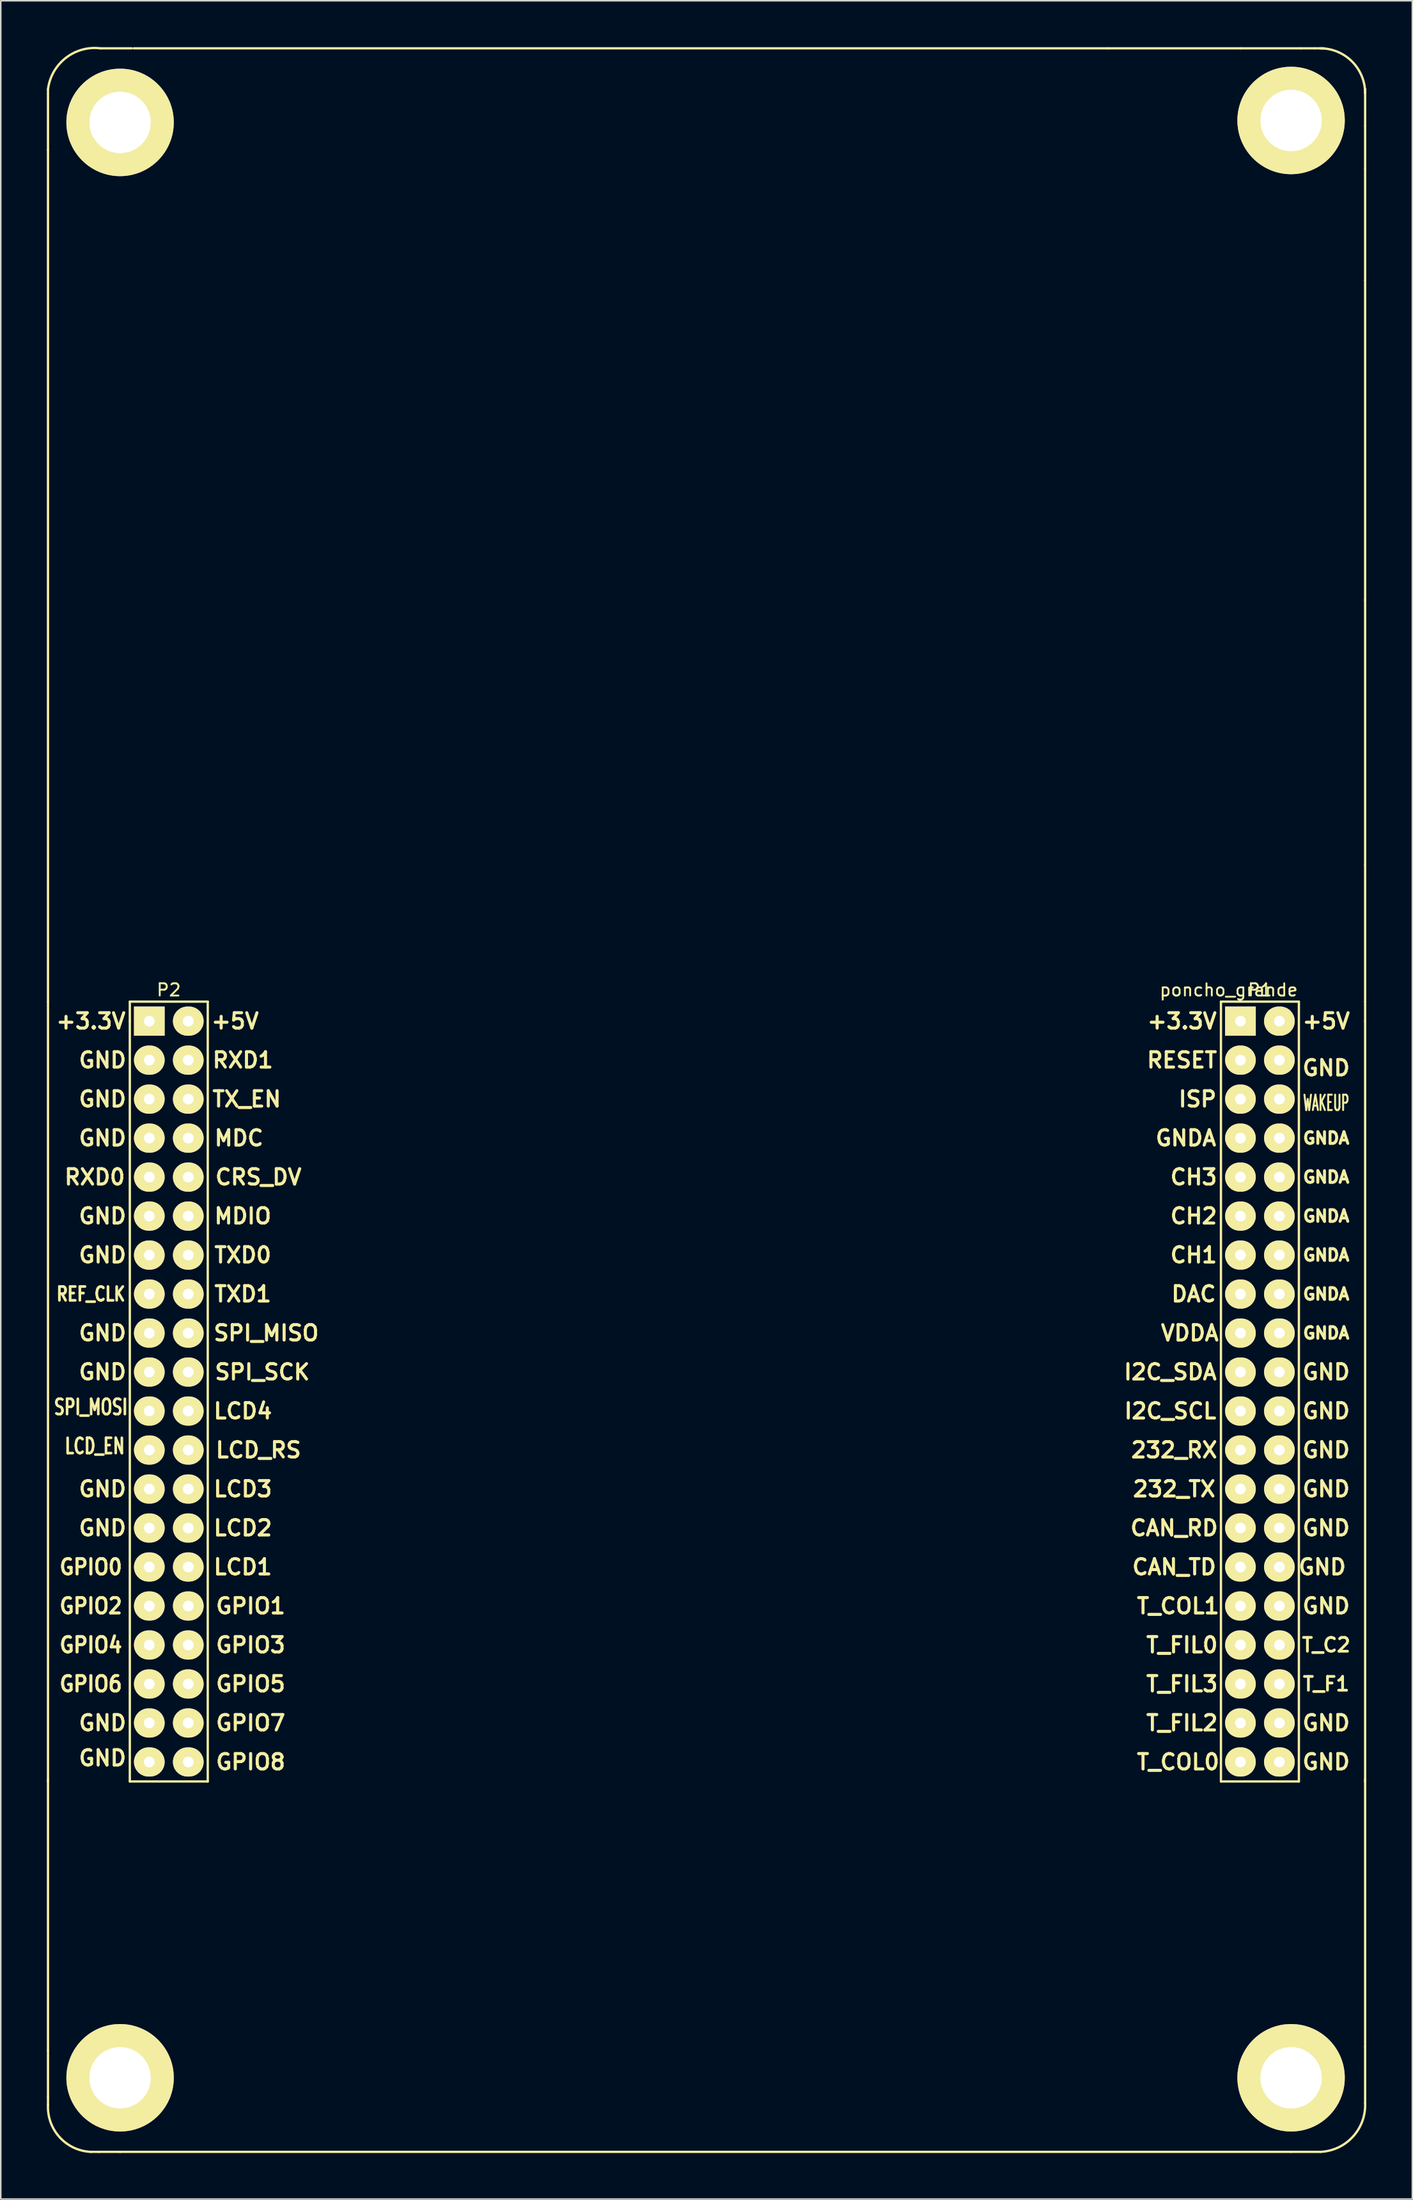
<source format=kicad_pcb>
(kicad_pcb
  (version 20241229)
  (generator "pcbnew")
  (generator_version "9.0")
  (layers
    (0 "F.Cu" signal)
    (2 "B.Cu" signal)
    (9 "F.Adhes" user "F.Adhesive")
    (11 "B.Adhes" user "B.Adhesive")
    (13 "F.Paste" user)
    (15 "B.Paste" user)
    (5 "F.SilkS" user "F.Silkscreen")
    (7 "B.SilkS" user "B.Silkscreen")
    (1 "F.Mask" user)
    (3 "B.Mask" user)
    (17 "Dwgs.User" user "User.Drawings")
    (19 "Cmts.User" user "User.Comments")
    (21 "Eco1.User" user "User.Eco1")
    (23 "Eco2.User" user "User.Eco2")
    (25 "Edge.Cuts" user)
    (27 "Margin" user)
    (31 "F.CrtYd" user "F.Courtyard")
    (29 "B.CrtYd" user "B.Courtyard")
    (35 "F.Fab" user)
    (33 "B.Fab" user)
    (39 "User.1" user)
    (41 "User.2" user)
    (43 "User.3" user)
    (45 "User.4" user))
  (footprint "poncho_grande"
    (layer "F.Cu")
    (at 77.802 63.472)
    (property "Reference" "poncho_grande" (at -0.762 -2.032 180) (layer "F.SilkS") (effects (font (size 0.8 0.8) (thickness 0.12))))
    (attr through_hole)
    (fp_line (start -77.724 -60.706) (end -77.724 -56.769) (stroke (width 0.15) (type solid)) (layer "F.SilkS"))
    (fp_line (start -77.724 -1.27) (end -77.724 -56.769) (stroke (width 0.15) (type solid)) (layer "F.SilkS"))
    (fp_line (start -77.724 -1.27) (end -77.724 49.53) (stroke (width 0.15) (type solid)) (layer "F.SilkS"))
    (fp_line (start -77.724 49.403) (end -77.724 67.056) (stroke (width 0.15) (type solid)) (layer "F.SilkS"))
    (fp_line (start -77.724 67.056) (end -77.724 70.104) (stroke (width 0.15) (type solid)) (layer "F.SilkS"))
    (fp_line (start -77.724 70.612) (end -77.724 70.104) (stroke (width 0.15) (type solid)) (layer "F.SilkS"))
    (fp_line (start -74.422 73.66) (end -74.93 73.66) (stroke (width 0.15) (type solid)) (layer "F.SilkS"))
    (fp_line (start -73.025 73.66) (end -74.422 73.66) (stroke (width 0.15) (type solid)) (layer "F.SilkS"))
    (fp_line (start -72.39 -1.27) (end -67.31 -1.27) (stroke (width 0.15) (type solid)) (layer "F.SilkS"))
    (fp_line (start -72.39 0) (end -72.39 -1.27) (stroke (width 0.15) (type solid)) (layer "F.SilkS"))
    (fp_line (start -72.39 49.53) (end -72.39 0) (stroke (width 0.15) (type solid)) (layer "F.SilkS"))
    (fp_line (start -72.263 -63.373) (end -74.295 -63.373) (stroke (width 0.15) (type solid)) (layer "F.SilkS"))
    (fp_line (start -67.31 -1.27) (end -67.31 49.53) (stroke (width 0.15) (type solid)) (layer "F.SilkS"))
    (fp_line (start -67.31 49.53) (end -72.39 49.53) (stroke (width 0.15) (type solid)) (layer "F.SilkS"))
    (fp_line (start -8.636 -63.373) (end -72.136 -63.373) (stroke (width 0.15) (type solid)) (layer "F.SilkS"))
    (fp_line (start -1.27 49.53) (end -1.27 -1.27) (stroke (width 0.15) (type solid)) (layer "F.SilkS"))
    (fp_line (start 0 -63.373) (end -8.636 -63.373) (stroke (width 0.15) (type solid)) (layer "F.SilkS"))
    (fp_line (start 0 -63.373) (end 3.937 -63.373) (stroke (width 0.15) (type solid)) (layer "F.SilkS"))
    (fp_line (start 3.302 73.66) (end -73.025 73.66) (stroke (width 0.15) (type solid)) (layer "F.SilkS"))
    (fp_line (start 3.302 73.66) (end 5.207 73.66) (stroke (width 0.15) (type solid)) (layer "F.SilkS"))
    (fp_line (start 3.81 -1.27) (end -1.27 -1.27) (stroke (width 0.15) (type solid)) (layer "F.SilkS"))
    (fp_line (start 3.81 49.53) (end -1.27 49.53) (stroke (width 0.15) (type solid)) (layer "F.SilkS"))
    (fp_line (start 3.81 49.53) (end 3.81 -1.27) (stroke (width 0.15) (type solid)) (layer "F.SilkS"))
    (fp_line (start 3.937 -63.373) (end 4.826 -63.373) (stroke (width 0.15) (type solid)) (layer "F.SilkS"))
    (fp_line (start 5.461 -63.373) (end 4.826 -63.373) (stroke (width 0.15) (type solid)) (layer "F.SilkS"))
    (fp_line (start 8.128 -60.706) (end 8.128 -60.452) (stroke (width 0.15) (type solid)) (layer "F.SilkS"))
    (fp_line (start 8.128 -60.579) (end 8.128 -60.706) (stroke (width 0.15) (type solid)) (layer "F.SilkS"))
    (fp_line (start 8.128 -58.293) (end 8.128 -60.579) (stroke (width 0.15) (type solid)) (layer "F.SilkS"))
    (fp_line (start 8.128 -55.499) (end 8.128 -58.293) (stroke (width 0.15) (type solid)) (layer "F.SilkS"))
    (fp_line (start 8.128 -48.26) (end 8.128 -55.499) (stroke (width 0.15) (type solid)) (layer "F.SilkS"))
    (fp_line (start 8.128 -27.432) (end 8.128 -48.26) (stroke (width 0.15) (type solid)) (layer "F.SilkS"))
    (fp_line (start 8.128 -10.16) (end 8.128 -27.432) (stroke (width 0.15) (type solid)) (layer "F.SilkS"))
    (fp_line (start 8.128 -1.27) (end 8.128 -10.16) (stroke (width 0.15) (type solid)) (layer "F.SilkS"))
    (fp_line (start 8.128 0) (end 8.128 -1.27) (stroke (width 0.15) (type solid)) (layer "F.SilkS"))
    (fp_line (start 8.128 0) (end 8.128 49.53) (stroke (width 0.15) (type solid)) (layer "F.SilkS"))
    (fp_line (start 8.128 49.403) (end 8.128 66.802) (stroke (width 0.15) (type solid)) (layer "F.SilkS"))
    (fp_line (start 8.128 66.802) (end 8.128 70.485) (stroke (width 0.15) (type solid)) (layer "F.SilkS"))
    (fp_arc (start -77.724 -60.706) (mid -76.561854 -62.749669) (end -74.295 -63.373) (stroke (width 0.15) (type solid)) (layer "F.SilkS"))
    (fp_arc (start -74.93 73.66) (mid -76.958261 72.714656) (end -77.724 70.612) (stroke (width 0.15) (type solid)) (layer "F.SilkS"))
    (fp_arc (start 5.207 -63.373) (mid 7.272459 -62.517459) (end 8.128 -60.452) (stroke (width 0.15) (type solid)) (layer "F.SilkS"))
    (fp_arc (start 8.128 70.485) (mid 7.325064 72.677459) (end 5.207 73.66) (stroke (width 0.15) (type solid)) (layer "F.SilkS"))
    (fp_text user "GPIO1" (at -64.516 38.1 0) (layer "F.SilkS") (effects (font (size 1 1) (thickness 0.2))))
    (fp_text user "SPI_MOSI" (at -74.93 25.146 0) (layer "F.SilkS") (effects (font (size 1 0.7) (thickness 0.17))))
    (fp_text user "RXD1" (at -65.024 2.54 0) (layer "F.SilkS") (effects (font (size 1 1) (thickness 0.2))))
    (fp_text user "GND" (at 5.588 3.048 0) (layer "F.SilkS") (effects (font (size 1 1) (thickness 0.2))))
    (fp_text user "T_F1" (at 5.588 43.18 0) (layer "F.SilkS") (effects (font (size 0.9 0.9) (thickness 0.18))))
    (fp_text user "MDC" (at -65.278 7.62 0) (layer "F.SilkS") (effects (font (size 1 1) (thickness 0.2))))
    (fp_text user "TXD1" (at -65.024 17.78 0) (layer "F.SilkS") (effects (font (size 1 1) (thickness 0.2))))
    (fp_text user "CH2" (at -3.048 12.7 0) (layer "F.SilkS") (effects (font (size 1 1) (thickness 0.2))))
    (fp_text user "GNDA" (at 5.588 10.16 0) (layer "F.SilkS") (effects (font (size 0.76 0.76) (thickness 0.19))))
    (fp_text user "232_TX" (at -4.318 30.48 0) (layer "F.SilkS") (effects (font (size 1 1) (thickness 0.2))))
    (fp_text user "TXD0" (at -65.024 15.24 0) (layer "F.SilkS") (effects (font (size 1 1) (thickness 0.2))))
    (fp_text user "GND" (at -74.168 7.62 0) (layer "F.SilkS") (effects (font (size 1 1) (thickness 0.2))))
    (fp_text user "CAN_RD" (at -4.318 33.02 0) (layer "F.SilkS") (effects (font (size 1 1) (thickness 0.2))))
    (fp_text user "LCD1" (at -65.024 35.56 0) (layer "F.SilkS") (effects (font (size 1 1) (thickness 0.2))))
    (fp_text user "GND" (at 5.588 30.48 0) (layer "F.SilkS") (effects (font (size 1 1) (thickness 0.2))))
    (fp_text user "TX_EN" (at -64.77 5.08 0) (layer "F.SilkS") (effects (font (size 1 1) (thickness 0.2))))
    (fp_text user "P2" (at -69.85 -2.032 0) (layer "F.SilkS") (effects (font (size 0.8 0.8) (thickness 0.12))))
    (fp_text user "GNDA" (at 5.588 7.62 0) (layer "F.SilkS") (effects (font (size 0.76 0.76) (thickness 0.19))))
    (fp_text user "REF_CLK" (at -74.93 17.78 0) (layer "F.SilkS") (effects (font (size 0.9 0.7) (thickness 0.175))))
    (fp_text user "GPIO7" (at -64.516 45.72 0) (layer "F.SilkS") (effects (font (size 1 1) (thickness 0.2))))
    (fp_text user "RESET" (at -3.81 2.54 0) (layer "F.SilkS") (effects (font (size 1 1) (thickness 0.2))))
    (fp_text user "GND" (at 5.588 25.4 0) (layer "F.SilkS") (effects (font (size 1 1) (thickness 0.2))))
    (fp_text user "I2C_SCL" (at -4.572 25.4 0) (layer "F.SilkS") (effects (font (size 1 1) (thickness 0.2))))
    (fp_text user "GND" (at 5.588 33.02 0) (layer "F.SilkS") (effects (font (size 1 1) (thickness 0.2))))
    (fp_text user "CAN_TD" (at -4.318 35.56 0) (layer "F.SilkS") (effects (font (size 1 1) (thickness 0.2))))
    (fp_text user "232_RX" (at -4.318 27.94 0) (layer "F.SilkS") (effects (font (size 1 1) (thickness 0.2))))
    (fp_text user "GND" (at 5.588 45.72 0) (layer "F.SilkS") (effects (font (size 1 1) (thickness 0.2))))
    (fp_text user "GPIO5" (at -64.516 43.18 0) (layer "F.SilkS") (effects (font (size 1 1) (thickness 0.2))))
    (fp_text user "LCD_RS" (at -64.008 27.94 0) (layer "F.SilkS") (effects (font (size 1 1) (thickness 0.2))))
    (fp_text user "GND" (at 5.588 38.1 0) (layer "F.SilkS") (effects (font (size 1 1) (thickness 0.2))))
    (fp_text user "GND" (at -74.168 20.32 0) (layer "F.SilkS") (effects (font (size 1 1) (thickness 0.2))))
    (fp_text user "GND" (at -74.168 22.86 0) (layer "F.SilkS") (effects (font (size 1 1) (thickness 0.2))))
    (fp_text user "GNDA" (at 5.588 17.78 0) (layer "F.SilkS") (effects (font (size 0.76 0.76) (thickness 0.19))))
    (fp_text user "GND" (at -74.168 30.48 0) (layer "F.SilkS") (effects (font (size 1 1) (thickness 0.2))))
    (fp_text user "SPI_SCK" (at -63.754 22.86 0) (layer "F.SilkS") (effects (font (size 1 1) (thickness 0.2))))
    (fp_text user "GND" (at -74.168 12.7 0) (layer "F.SilkS") (effects (font (size 1 1) (thickness 0.2))))
    (fp_text user "LCD_EN" (at -74.676 27.686 0) (layer "F.SilkS") (effects (font (size 1 0.7) (thickness 0.17))))
    (fp_text user "GND" (at -74.168 2.54 0) (layer "F.SilkS") (effects (font (size 1 1) (thickness 0.2))))
    (fp_text user "GND" (at 5.588 48.26 0) (layer "F.SilkS") (effects (font (size 1 1) (thickness 0.2))))
    (fp_text user "GND" (at 5.334 35.56 0) (layer "F.SilkS") (effects (font (size 1 1) (thickness 0.2))))
    (fp_text user "GPIO4" (at -74.93 40.64 0) (layer "F.SilkS") (effects (font (size 1 0.9) (thickness 0.2))))
    (fp_text user "+3.3V" (at -74.93 0 0) (layer "F.SilkS") (effects (font (size 1 1) (thickness 0.2))))
    (fp_text user "CH1" (at -3.048 15.24 0) (layer "F.SilkS") (effects (font (size 1 1) (thickness 0.2))))
    (fp_text user "LCD4" (at -65.024 25.4 0) (layer "F.SilkS") (effects (font (size 1 1) (thickness 0.2))))
    (fp_text user "LCD2" (at -65.024 33.02 0) (layer "F.SilkS") (effects (font (size 1 1) (thickness 0.2))))
    (fp_text user "GND" (at -74.168 45.72 0) (layer "F.SilkS") (effects (font (size 1 1) (thickness 0.2))))
    (fp_text user "VDDA" (at -3.302 20.32 0) (layer "F.SilkS") (effects (font (size 1 1) (thickness 0.2))))
    (fp_text user "GND" (at -74.168 5.08 0) (layer "F.SilkS") (effects (font (size 1 1) (thickness 0.2))))
    (fp_text user "GNDA" (at -3.556 7.62 0) (layer "F.SilkS") (effects (font (size 1 1) (thickness 0.2))))
    (fp_text user "GND" (at -74.168 33.02 0) (layer "F.SilkS") (effects (font (size 1 1) (thickness 0.2))))
    (fp_text user "DAC" (at -3.048 17.78 0) (layer "F.SilkS") (effects (font (size 1 1) (thickness 0.2))))
    (fp_text user "MDIO" (at -65.024 12.7 0) (layer "F.SilkS") (effects (font (size 1 1) (thickness 0.2))))
    (fp_text user "T_COL0" (at -4.064 48.26 0) (layer "F.SilkS") (effects (font (size 1 1) (thickness 0.2))))
    (fp_text user "WAKEUP" (at 5.588 5.334 0) (layer "F.SilkS") (effects (font (size 1 0.5) (thickness 0.125))))
    (fp_text user "GPIO8" (at -64.516 48.26 0) (layer "F.SilkS") (effects (font (size 1 1) (thickness 0.2))))
    (fp_text user "+5V" (at 5.588 0 0) (layer "F.SilkS") (effects (font (size 1 1) (thickness 0.2))))
    (fp_text user "GNDA" (at 5.588 15.24 0) (layer "F.SilkS") (effects (font (size 0.76 0.76) (thickness 0.19))))
    (fp_text user "P1" (at 1.27 -2.032 0) (layer "F.SilkS") (effects (font (size 0.8 0.8) (thickness 0.12))))
    (fp_text user "ISP" (at -2.794 5.08 0) (layer "F.SilkS") (effects (font (size 1 1) (thickness 0.2))))
    (fp_text user "GNDA" (at 5.588 20.32 0) (layer "F.SilkS") (effects (font (size 0.76 0.76) (thickness 0.19))))
    (fp_text user "GPIO3" (at -64.516 40.64 0) (layer "F.SilkS") (effects (font (size 1 1) (thickness 0.2))))
    (fp_text user "+5V" (at -65.532 0 0) (layer "F.SilkS") (effects (font (size 1 1) (thickness 0.2))))
    (fp_text user "T_FIL0" (at -3.81 40.64 0) (layer "F.SilkS") (effects (font (size 1 1) (thickness 0.2))))
    (fp_text user "T_FIL2" (at -3.81 45.72 0) (layer "F.SilkS") (effects (font (size 1 1) (thickness 0.2))))
    (fp_text user "CRS_DV" (at -64.008 10.16 0) (layer "F.SilkS") (effects (font (size 1 1) (thickness 0.2))))
    (fp_text user "GND" (at -74.168 15.24 0) (layer "F.SilkS") (effects (font (size 1 1) (thickness 0.2))))
    (fp_text user "CH3" (at -3.048 10.16 0) (layer "F.SilkS") (effects (font (size 1 1) (thickness 0.2))))
    (fp_text user "LCD3" (at -65.024 30.48 0) (layer "F.SilkS") (effects (font (size 1 1) (thickness 0.2))))
    (fp_text user "GND" (at 5.588 27.94 0) (layer "F.SilkS") (effects (font (size 1 1) (thickness 0.2))))
    (fp_text user "I2C_SDA" (at -4.572 22.86 0) (layer "F.SilkS") (effects (font (size 1 1) (thickness 0.2))))
    (fp_text user "RXD0" (at -74.676 10.16 0) (layer "F.SilkS") (effects (font (size 1 1) (thickness 0.2))))
    (fp_text user "GND" (at 5.588 22.86 0) (layer "F.SilkS") (effects (font (size 1 1) (thickness 0.2))))
    (fp_text user "GNDA" (at 5.588 12.7 0) (layer "F.SilkS") (effects (font (size 0.76 0.76) (thickness 0.19))))
    (fp_text user "T_COL1" (at -4.064 38.1 0) (layer "F.SilkS") (effects (font (size 1 1) (thickness 0.2))))
    (fp_text user "+3.3V" (at -3.81 0 0) (layer "F.SilkS") (effects (font (size 1 1) (thickness 0.2))))
    (fp_text user "GPIO6" (at -74.93 43.18 0) (layer "F.SilkS") (effects (font (size 1 0.9) (thickness 0.2))))
    (fp_text user "T_FIL3" (at -3.81 43.18 0) (layer "F.SilkS") (effects (font (size 1 1) (thickness 0.2))))
    (fp_text user "GPIO0" (at -74.93 35.56 0) (layer "F.SilkS") (effects (font (size 1 0.9) (thickness 0.2))))
    (fp_text user "T_C2" (at 5.588 40.64 0) (layer "F.SilkS") (effects (font (size 0.9 0.9) (thickness 0.18))))
    (fp_text user "GND" (at -74.168 48.006 0) (layer "F.SilkS") (effects (font (size 1 1) (thickness 0.2))))
    (fp_text user "GPIO2" (at -74.93 38.1 0) (layer "F.SilkS") (effects (font (size 1 0.9) (thickness 0.2))))
    (fp_text user "SPI_MISO" (at -63.5 20.32 0) (layer "F.SilkS") (effects (font (size 1 1) (thickness 0.2))))
    (pad "1" thru_hole rect (at 0 0 270) (size 1.9 2) (drill 0.7) (layers "*.Cu" "*.Mask" "F.SilkS"))
    (pad "2" thru_hole oval (at 2.54 0 270) (size 1.9 2) (drill 0.7) (layers "*.Cu" "*.Mask" "F.SilkS"))
    (pad "3" thru_hole oval (at 0 2.54 270) (size 1.9 2) (drill 0.7) (layers "*.Cu" "*.Mask" "F.SilkS"))
    (pad "4" thru_hole oval (at 2.54 2.54 270) (size 1.9 2) (drill 0.7) (layers "*.Cu" "*.Mask" "F.SilkS"))
    (pad "5" thru_hole oval (at 0 5.08 270) (size 1.9 2) (drill 0.7) (layers "*.Cu" "*.Mask" "F.SilkS"))
    (pad "6" thru_hole oval (at 2.54 5.08 270) (size 1.9 2) (drill 0.7) (layers "*.Cu" "*.Mask" "F.SilkS"))
    (pad "7" thru_hole oval (at 0 7.62 270) (size 1.9 2) (drill 0.7) (layers "*.Cu" "*.Mask" "F.SilkS"))
    (pad "8" thru_hole oval (at 2.54 7.62 270) (size 1.9 2) (drill 0.7) (layers "*.Cu" "*.Mask" "F.SilkS"))
    (pad "9" thru_hole oval (at 0 10.16 270) (size 1.9 2) (drill 0.7) (layers "*.Cu" "*.Mask" "F.SilkS"))
    (pad "10" thru_hole oval (at 2.54 10.16 270) (size 1.9 2) (drill 0.7) (layers "*.Cu" "*.Mask" "F.SilkS"))
    (pad "11" thru_hole oval (at 0 12.7 270) (size 1.9 2) (drill 0.7) (layers "*.Cu" "*.Mask" "F.SilkS"))
    (pad "12" thru_hole oval (at 2.54 12.7 270) (size 1.9 2) (drill 0.7) (layers "*.Cu" "*.Mask" "F.SilkS"))
    (pad "13" thru_hole oval (at 0 15.24 270) (size 1.9 2) (drill 0.7) (layers "*.Cu" "*.Mask" "F.SilkS"))
    (pad "14" thru_hole oval (at 2.54 15.24 270) (size 1.9 2) (drill 0.7) (layers "*.Cu" "*.Mask" "F.SilkS"))
    (pad "15" thru_hole oval (at 0 17.78 270) (size 1.9 2) (drill 0.7) (layers "*.Cu" "*.Mask" "F.SilkS"))
    (pad "16" thru_hole oval (at 2.54 17.78 270) (size 1.9 2) (drill 0.7) (layers "*.Cu" "*.Mask" "F.SilkS"))
    (pad "17" thru_hole oval (at 0 20.32 270) (size 1.9 2) (drill 0.7) (layers "*.Cu" "*.Mask" "F.SilkS"))
    (pad "18" thru_hole oval (at 2.54 20.32 270) (size 1.9 2) (drill 0.7) (layers "*.Cu" "*.Mask" "F.SilkS"))
    (pad "19" thru_hole oval (at 0 22.86 270) (size 1.9 2) (drill 0.7) (layers "*.Cu" "*.Mask" "F.SilkS"))
    (pad "20" thru_hole oval (at 2.54 22.86 270) (size 1.9 2) (drill 0.7) (layers "*.Cu" "*.Mask" "F.SilkS"))
    (pad "21" thru_hole oval (at 0 25.4 270) (size 1.9 2) (drill 0.7) (layers "*.Cu" "*.Mask" "F.SilkS"))
    (pad "22" thru_hole oval (at 2.54 25.4 270) (size 1.9 2) (drill 0.7) (layers "*.Cu" "*.Mask" "F.SilkS"))
    (pad "23" thru_hole oval (at 0 27.94 270) (size 1.9 2) (drill 0.7) (layers "*.Cu" "*.Mask" "F.SilkS"))
    (pad "24" thru_hole oval (at 2.54 27.94 270) (size 1.9 2) (drill 0.7) (layers "*.Cu" "*.Mask" "F.SilkS"))
    (pad "25" thru_hole oval (at 0 30.48 270) (size 1.9 2) (drill 0.7) (layers "*.Cu" "*.Mask" "F.SilkS"))
    (pad "26" thru_hole oval (at 2.54 30.48 270) (size 1.9 2) (drill 0.7) (layers "*.Cu" "*.Mask" "F.SilkS"))
    (pad "27" thru_hole oval (at 0 33.02 270) (size 1.9 2) (drill 0.7) (layers "*.Cu" "*.Mask" "F.SilkS"))
    (pad "28" thru_hole oval (at 2.54 33.02 270) (size 1.9 2) (drill 0.7) (layers "*.Cu" "*.Mask" "F.SilkS"))
    (pad "29" thru_hole oval (at 0 35.56 270) (size 1.9 2) (drill 0.7) (layers "*.Cu" "*.Mask" "F.SilkS"))
    (pad "30" thru_hole oval (at 2.54 35.56 270) (size 1.9 2) (drill 0.7) (layers "*.Cu" "*.Mask" "F.SilkS"))
    (pad "31" thru_hole oval (at 0 38.1 270) (size 1.9 2) (drill 0.7) (layers "*.Cu" "*.Mask" "F.SilkS"))
    (pad "32" thru_hole oval (at 2.54 38.1 270) (size 1.9 2) (drill 0.7) (layers "*.Cu" "*.Mask" "F.SilkS"))
    (pad "33" thru_hole oval (at 0 40.64 270) (size 1.9 2) (drill 0.7) (layers "*.Cu" "*.Mask" "F.SilkS"))
    (pad "34" thru_hole oval (at 2.54 40.64 270) (size 1.9 2) (drill 0.7) (layers "*.Cu" "*.Mask" "F.SilkS"))
    (pad "35" thru_hole oval (at 0 43.18 270) (size 1.9 2) (drill 0.7) (layers "*.Cu" "*.Mask" "F.SilkS"))
    (pad "36" thru_hole oval (at 2.54 43.18 270) (size 1.9 2) (drill 0.7) (layers "*.Cu" "*.Mask" "F.SilkS"))
    (pad "37" thru_hole oval (at 0 45.72 270) (size 1.9 2) (drill 0.7) (layers "*.Cu" "*.Mask" "F.SilkS"))
    (pad "38" thru_hole oval (at 2.54 45.72 270) (size 1.9 2) (drill 0.7) (layers "*.Cu" "*.Mask" "F.SilkS"))
    (pad "39" thru_hole oval (at 0 48.26 270) (size 1.9 2) (drill 0.7) (layers "*.Cu" "*.Mask" "F.SilkS"))
    (pad "40" thru_hole oval (at 2.54 48.26 270) (size 1.9 2) (drill 0.7) (layers "*.Cu" "*.Mask" "F.SilkS"))
    (pad "41" thru_hole rect (at -71.12 0 270) (size 1.9 2) (drill 0.7) (layers "*.Cu" "*.Mask" "F.SilkS"))
    (pad "42" thru_hole oval (at -68.58 0 270) (size 1.9 2) (drill 0.7) (layers "*.Cu" "*.Mask" "F.SilkS"))
    (pad "43" thru_hole oval (at -71.12 2.54 270) (size 1.9 2) (drill 0.7) (layers "*.Cu" "*.Mask" "F.SilkS"))
    (pad "44" thru_hole oval (at -68.58 2.54 270) (size 1.9 2) (drill 0.7) (layers "*.Cu" "*.Mask" "F.SilkS"))
    (pad "45" thru_hole oval (at -71.12 5.08 270) (size 1.9 2) (drill 0.7) (layers "*.Cu" "*.Mask" "F.SilkS"))
    (pad "46" thru_hole oval (at -68.58 5.08 270) (size 1.9 2) (drill 0.7) (layers "*.Cu" "*.Mask" "F.SilkS"))
    (pad "47" thru_hole oval (at -71.12 7.62 270) (size 1.9 2) (drill 0.7) (layers "*.Cu" "*.Mask" "F.SilkS"))
    (pad "48" thru_hole oval (at -68.58 7.62 270) (size 1.9 2) (drill 0.7) (layers "*.Cu" "*.Mask" "F.SilkS"))
    (pad "49" thru_hole oval (at -71.12 10.16 270) (size 1.9 2) (drill 0.7) (layers "*.Cu" "*.Mask" "F.SilkS"))
    (pad "50" thru_hole oval (at -68.58 10.16 270) (size 1.9 2) (drill 0.7) (layers "*.Cu" "*.Mask" "F.SilkS"))
    (pad "51" thru_hole oval (at -71.12 12.7 270) (size 1.9 2) (drill 0.7) (layers "*.Cu" "*.Mask" "F.SilkS"))
    (pad "52" thru_hole oval (at -68.58 12.7 270) (size 1.9 2) (drill 0.7) (layers "*.Cu" "*.Mask" "F.SilkS"))
    (pad "53" thru_hole oval (at -71.12 15.24 270) (size 1.9 2) (drill 0.7) (layers "*.Cu" "*.Mask" "F.SilkS"))
    (pad "54" thru_hole oval (at -68.58 15.24 270) (size 1.9 2) (drill 0.7) (layers "*.Cu" "*.Mask" "F.SilkS"))
    (pad "55" thru_hole oval (at -71.12 17.78 270) (size 1.9 2) (drill 0.7) (layers "*.Cu" "*.Mask" "F.SilkS"))
    (pad "56" thru_hole oval (at -68.58 17.78 270) (size 1.9 2) (drill 0.7) (layers "*.Cu" "*.Mask" "F.SilkS"))
    (pad "57" thru_hole oval (at -71.12 20.32 270) (size 1.9 2) (drill 0.7) (layers "*.Cu" "*.Mask" "F.SilkS"))
    (pad "58" thru_hole oval (at -68.58 20.32 270) (size 1.9 2) (drill 0.7) (layers "*.Cu" "*.Mask" "F.SilkS"))
    (pad "59" thru_hole oval (at -71.12 22.86 270) (size 1.9 2) (drill 0.7) (layers "*.Cu" "*.Mask" "F.SilkS"))
    (pad "60" thru_hole oval (at -68.58 22.86 270) (size 1.9 2) (drill 0.7) (layers "*.Cu" "*.Mask" "F.SilkS"))
    (pad "61" thru_hole oval (at -71.12 25.4 270) (size 1.9 2) (drill 0.7) (layers "*.Cu" "*.Mask" "F.SilkS"))
    (pad "62" thru_hole oval (at -68.58 25.4 270) (size 1.9 2) (drill 0.7) (layers "*.Cu" "*.Mask" "F.SilkS"))
    (pad "63" thru_hole oval (at -71.12 27.94 270) (size 1.9 2) (drill 0.7) (layers "*.Cu" "*.Mask" "F.SilkS"))
    (pad "64" thru_hole oval (at -68.58 27.94 270) (size 1.9 2) (drill 0.7) (layers "*.Cu" "*.Mask" "F.SilkS"))
    (pad "65" thru_hole oval (at -71.12 30.48 270) (size 1.9 2) (drill 0.7) (layers "*.Cu" "*.Mask" "F.SilkS"))
    (pad "66" thru_hole oval (at -68.58 30.48 270) (size 1.9 2) (drill 0.7) (layers "*.Cu" "*.Mask" "F.SilkS"))
    (pad "67" thru_hole oval (at -71.12 33.02 270) (size 1.9 2) (drill 0.7) (layers "*.Cu" "*.Mask" "F.SilkS"))
    (pad "68" thru_hole oval (at -68.58 33.02 270) (size 1.9 2) (drill 0.7) (layers "*.Cu" "*.Mask" "F.SilkS"))
    (pad "69" thru_hole oval (at -71.12 35.56 270) (size 1.9 2) (drill 0.7) (layers "*.Cu" "*.Mask" "F.SilkS"))
    (pad "70" thru_hole oval (at -68.58 35.56 270) (size 1.9 2) (drill 0.7) (layers "*.Cu" "*.Mask" "F.SilkS"))
    (pad "71" thru_hole oval (at -71.12 38.1 270) (size 1.9 2) (drill 0.7) (layers "*.Cu" "*.Mask" "F.SilkS"))
    (pad "72" thru_hole oval (at -68.58 38.1 270) (size 1.9 2) (drill 0.7) (layers "*.Cu" "*.Mask" "F.SilkS"))
    (pad "73" thru_hole oval (at -71.12 40.64 270) (size 1.9 2) (drill 0.7) (layers "*.Cu" "*.Mask" "F.SilkS"))
    (pad "74" thru_hole oval (at -68.58 40.64 270) (size 1.9 2) (drill 0.7) (layers "*.Cu" "*.Mask" "F.SilkS"))
    (pad "75" thru_hole oval (at -71.12 43.18 270) (size 1.9 2) (drill 0.7) (layers "*.Cu" "*.Mask" "F.SilkS"))
    (pad "76" thru_hole oval (at -68.58 43.18 270) (size 1.9 2) (drill 0.7) (layers "*.Cu" "*.Mask" "F.SilkS"))
    (pad "77" thru_hole oval (at -71.12 45.72 270) (size 1.9 2) (drill 0.7) (layers "*.Cu" "*.Mask" "F.SilkS"))
    (pad "78" thru_hole oval (at -68.58 45.72 270) (size 1.9 2) (drill 0.7) (layers "*.Cu" "*.Mask" "F.SilkS"))
    (pad "79" thru_hole oval (at -71.12 48.26 270) (size 1.9 2) (drill 0.7) (layers "*.Cu" "*.Mask" "F.SilkS"))
    (pad "80" thru_hole oval (at -68.58 48.26 270) (size 1.9 2) (drill 0.7) (layers "*.Cu" "*.Mask" "F.SilkS"))
    (pad "~" thru_hole circle (at -73.025 -58.547) (size 7 7) (drill 4) (layers "*.Cu" "*.Mask" "F.SilkS"))
    (pad "~" thru_hole circle (at -73.025 68.834) (size 7 7) (drill 4) (layers "*.Cu" "*.Mask" "F.SilkS"))
    (pad "~" thru_hole circle (at 3.302 -58.674) (size 7 7) (drill 4) (layers "*.Cu" "*.Mask" "F.SilkS"))
    (pad "~" thru_hole circle (at 3.302 68.834) (size 7 7) (drill 4) (layers "*.Cu" "*.Mask" "F.SilkS")))
  (gr_rect
    (start -3 -3)
    (end 89.007 140.207)
    (stroke (width 0.1) (type default))
    (fill no)
    (layer "Edge.Cuts")))
</source>
